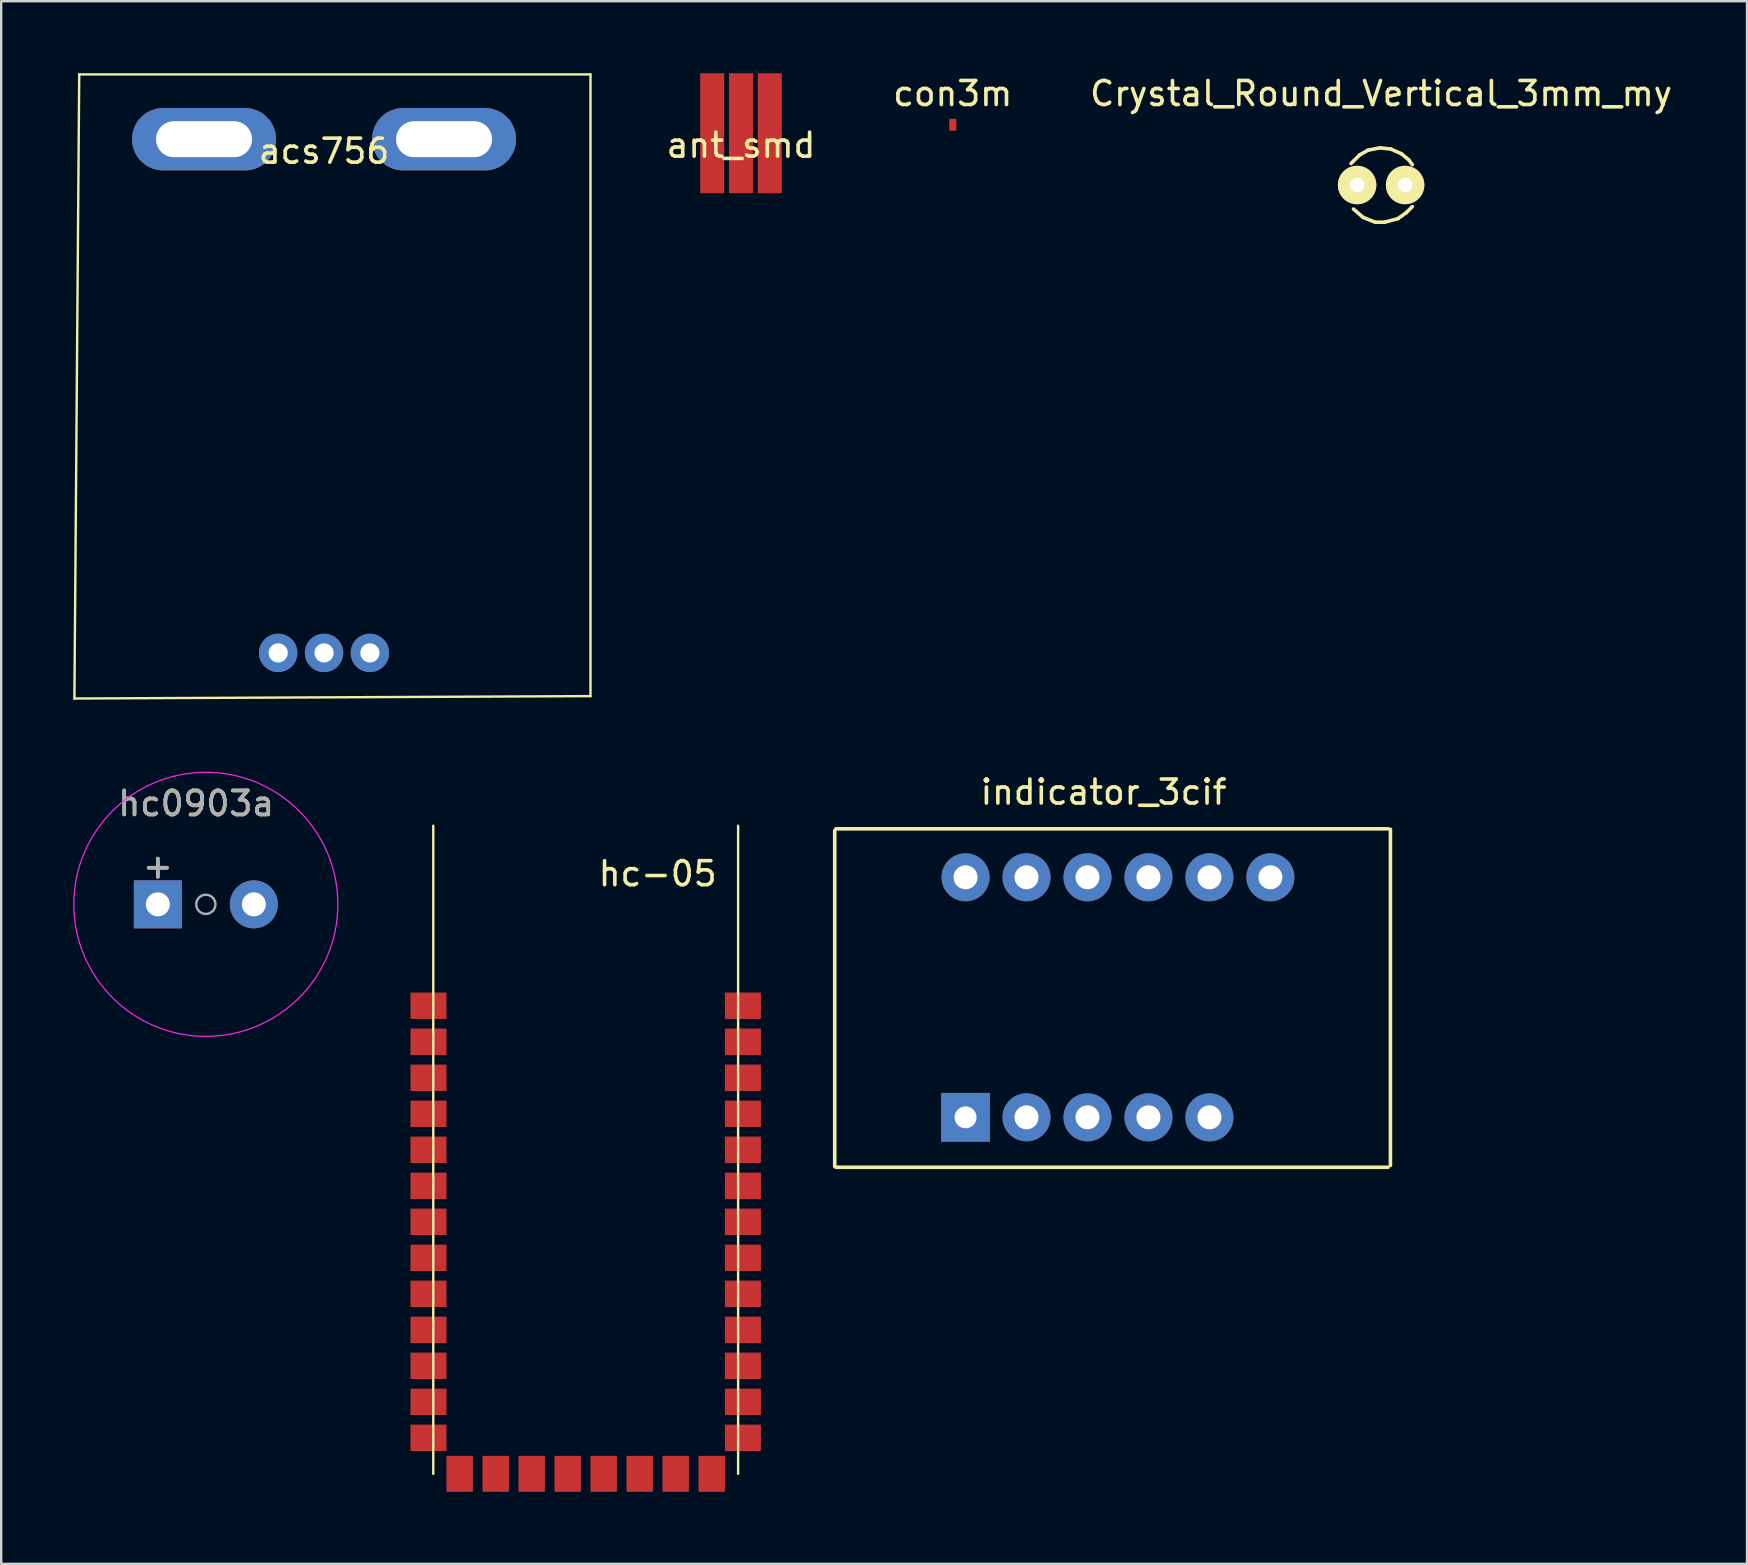
<source format=kicad_pcb>
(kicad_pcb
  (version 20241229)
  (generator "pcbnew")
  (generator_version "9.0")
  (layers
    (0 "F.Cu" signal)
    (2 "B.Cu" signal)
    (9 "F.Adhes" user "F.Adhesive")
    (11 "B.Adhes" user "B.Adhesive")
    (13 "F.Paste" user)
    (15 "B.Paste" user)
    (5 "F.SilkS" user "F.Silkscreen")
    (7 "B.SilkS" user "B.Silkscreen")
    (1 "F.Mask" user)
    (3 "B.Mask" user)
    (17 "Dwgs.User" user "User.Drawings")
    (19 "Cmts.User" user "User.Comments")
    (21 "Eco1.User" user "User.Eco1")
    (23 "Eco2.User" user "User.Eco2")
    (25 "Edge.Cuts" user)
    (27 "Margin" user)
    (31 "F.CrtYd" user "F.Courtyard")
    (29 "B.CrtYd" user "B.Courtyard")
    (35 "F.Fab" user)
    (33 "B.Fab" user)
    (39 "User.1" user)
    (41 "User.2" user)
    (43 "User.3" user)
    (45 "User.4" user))
  (footprint "indicator_3cif"
    (layer "F.Cu")
    (at 37.175 43.498)
    (property "Reference" "indicator_3cif" (at 5.75 -13.55 0) (layer "F.SilkS") (effects (font (size 1 1) (thickness 0.15))))
    (attr through_hole)
    (fp_line (start -5.45 2.05) (end -5.45 -11.95) (stroke (width 0.15) (type solid)) (layer "F.SilkS"))
    (fp_line (start -5.4 -12.02) (end 17.6 -12.02) (stroke (width 0.15) (type solid)) (layer "F.SilkS"))
    (fp_line (start 17.6 2.08) (end -5.4 2.08) (stroke (width 0.15) (type solid)) (layer "F.SilkS"))
    (fp_line (start 17.7 -12) (end 17.7 2) (stroke (width 0.15) (type solid)) (layer "F.SilkS"))
    (pad "1" thru_hole rect (at 0 0) (size 2.032 2.032) (drill 0.914) (layers "*.Cu" "*.Mask"))
    (pad "2" thru_hole circle (at 2.54 0) (size 2 2) (drill 1) (layers "*.Cu" "*.Mask"))
    (pad "3" thru_hole circle (at 5.08 0) (size 2 2) (drill 1) (layers "*.Cu" "*.Mask"))
    (pad "4" thru_hole circle (at 7.62 0) (size 2 2) (drill 1) (layers "*.Cu" "*.Mask"))
    (pad "5" thru_hole circle (at 10.16 0) (size 2 2) (drill 1) (layers "*.Cu" "*.Mask"))
    (pad "7" thru_hole circle (at 12.7 -10) (size 2 2) (drill 1) (layers "*.Cu" "*.Mask"))
    (pad "8" thru_hole circle (at 10.16 -10) (size 2 2) (drill 1) (layers "*.Cu" "*.Mask"))
    (pad "9" thru_hole circle (at 7.62 -10) (size 2 2) (drill 1) (layers "*.Cu" "*.Mask"))
    (pad "10" thru_hole circle (at 5.08 -10) (size 2 2) (drill 1) (layers "*.Cu" "*.Mask"))
    (pad "11" thru_hole circle (at 2.54 -10) (size 2 2) (drill 1) (layers "*.Cu" "*.Mask"))
    (pad "12" thru_hole circle (at 0 -10) (size 2 2) (drill 1) (layers "*.Cu" "*.Mask")))
  (footprint "Crystal_Round_Vertical_3mm_my"
    (layer "F.Cu")
    (at 54.487 4.658)
    (property "Reference" "Crystal_Round_Vertical_3mm_my" (at 0 -3.81 0) (layer "F.SilkS") (effects (font (size 1 1) (thickness 0.15))))
    (attr through_hole)
    (fp_line (start -0.899 -1.25) (end -1.25 -0.899) (stroke (width 0.15) (type solid)) (layer "F.SilkS"))
    (fp_line (start -0.749 1.349) (end -1.151 1.001) (stroke (width 0.15) (type solid)) (layer "F.SilkS"))
    (fp_line (start -0.551 -1.45) (end -0.899 -1.25) (stroke (width 0.15) (type solid)) (layer "F.SilkS"))
    (fp_line (start -0.249 1.549) (end -0.749 1.349) (stroke (width 0.15) (type solid)) (layer "F.SilkS"))
    (fp_line (start -0.051 -1.549) (end -0.551 -1.45) (stroke (width 0.15) (type solid)) (layer "F.SilkS"))
    (fp_line (start 0.15 1.549) (end -0.249 1.549) (stroke (width 0.15) (type solid)) (layer "F.SilkS"))
    (fp_line (start 0.399 -1.501) (end -0.051 -1.549) (stroke (width 0.15) (type solid)) (layer "F.SilkS"))
    (fp_line (start 0.701 1.4) (end 0.15 1.549) (stroke (width 0.15) (type solid)) (layer "F.SilkS"))
    (fp_line (start 0.851 -1.3) (end 0.399 -1.501) (stroke (width 0.15) (type solid)) (layer "F.SilkS"))
    (fp_line (start 1.049 1.151) (end 0.701 1.4) (stroke (width 0.15) (type solid)) (layer "F.SilkS"))
    (fp_line (start 1.151 -1.049) (end 0.851 -1.3) (stroke (width 0.15) (type solid)) (layer "F.SilkS"))
    (fp_line (start 1.3 -0.851) (end 1.151 -1.049) (stroke (width 0.15) (type solid)) (layer "F.SilkS"))
    (fp_line (start 1.3 0.899) (end 1.049 1.151) (stroke (width 0.15) (type solid)) (layer "F.SilkS"))
    (pad "1" thru_hole circle (at -1 0) (size 1.601 1.601) (drill 0.599) (layers "*.Cu" "*.Mask" "F.SilkS"))
    (pad "2" thru_hole circle (at 1 0) (size 1.601 1.601) (drill 0.599) (layers "*.Cu" "*.Mask" "F.SilkS")))
  (footprint "hc-05"
    (layer "F.Cu")
    (at 21.35 29.35)
    (property "Reference" "hc-05" (at 3 4 0) (layer "F.SilkS") (effects (font (size 1 1) (thickness 0.15))))
    (attr through_hole)
    (fp_line (start -6.35 2) (end -6.35 29) (stroke (width 0.1) (type solid)) (layer "F.SilkS"))
    (fp_line (start 6.35 2) (end 6.35 29) (stroke (width 0.1) (type solid)) (layer "F.SilkS"))
    (pad "1" smd rect (at -6.55 9.5) (size 1.5 1.1) (layers "F.Cu" "F.Mask" "F.Paste"))
    (pad "2" smd rect (at -6.55 11) (size 1.5 1.1) (layers "F.Cu" "F.Mask" "F.Paste"))
    (pad "3" smd rect (at -6.55 12.5) (size 1.5 1.1) (layers "F.Cu" "F.Mask" "F.Paste"))
    (pad "4" smd rect (at -6.55 14) (size 1.5 1.1) (layers "F.Cu" "F.Mask" "F.Paste"))
    (pad "5" smd rect (at -6.55 15.5) (size 1.5 1.1) (layers "F.Cu" "F.Mask" "F.Paste"))
    (pad "6" smd rect (at -6.55 17) (size 1.5 1.1) (layers "F.Cu" "F.Mask" "F.Paste"))
    (pad "7" smd rect (at -6.55 18.5) (size 1.5 1.1) (layers "F.Cu" "F.Mask" "F.Paste"))
    (pad "8" smd rect (at -6.55 20) (size 1.5 1.1) (layers "F.Cu" "F.Mask" "F.Paste"))
    (pad "9" smd rect (at -6.55 21.5) (size 1.5 1.1) (layers "F.Cu" "F.Mask" "F.Paste"))
    (pad "10" smd rect (at -6.55 23) (size 1.5 1.1) (layers "F.Cu" "F.Mask" "F.Paste"))
    (pad "11" smd rect (at -6.55 24.5) (size 1.5 1.1) (layers "F.Cu" "F.Mask" "F.Paste"))
    (pad "12" smd rect (at -6.55 26) (size 1.5 1.1) (layers "F.Cu" "F.Mask" "F.Paste"))
    (pad "13" smd rect (at -6.55 27.5) (size 1.5 1.1) (layers "F.Cu" "F.Mask" "F.Paste"))
    (pad "14" smd rect (at -5.25 29) (size 1.1 1.5) (layers "F.Cu" "F.Mask" "F.Paste"))
    (pad "15" smd rect (at -3.75 29) (size 1.1 1.5) (layers "F.Cu" "F.Mask" "F.Paste"))
    (pad "16" smd rect (at -2.25 29) (size 1.1 1.5) (layers "F.Cu" "F.Mask" "F.Paste"))
    (pad "17" smd rect (at -0.75 29) (size 1.1 1.5) (layers "F.Cu" "F.Mask" "F.Paste"))
    (pad "18" smd rect (at 0.75 29) (size 1.1 1.5) (layers "F.Cu" "F.Mask" "F.Paste"))
    (pad "19" smd rect (at 2.25 29) (size 1.1 1.5) (layers "F.Cu" "F.Mask" "F.Paste"))
    (pad "20" smd rect (at 3.75 29) (size 1.1 1.5) (layers "F.Cu" "F.Mask" "F.Paste"))
    (pad "21" smd rect (at 5.25 29) (size 1.1 1.5) (layers "F.Cu" "F.Mask" "F.Paste"))
    (pad "22" smd rect (at 6.55 27.5) (size 1.5 1.1) (layers "F.Cu" "F.Mask" "F.Paste"))
    (pad "23" smd rect (at 6.55 26) (size 1.5 1.1) (layers "F.Cu" "F.Mask" "F.Paste"))
    (pad "24" smd rect (at 6.55 24.5) (size 1.5 1.1) (layers "F.Cu" "F.Mask" "F.Paste"))
    (pad "25" smd rect (at 6.55 23) (size 1.5 1.1) (layers "F.Cu" "F.Mask" "F.Paste"))
    (pad "26" smd rect (at 6.55 21.5) (size 1.5 1.1) (layers "F.Cu" "F.Mask" "F.Paste"))
    (pad "27" smd rect (at 6.55 20) (size 1.5 1.1) (layers "F.Cu" "F.Mask" "F.Paste"))
    (pad "28" smd rect (at 6.55 18.5) (size 1.5 1.1) (layers "F.Cu" "F.Mask" "F.Paste"))
    (pad "29" smd rect (at 6.55 17) (size 1.5 1.1) (layers "F.Cu" "F.Mask" "F.Paste"))
    (pad "30" smd rect (at 6.55 15.5) (size 1.5 1.1) (layers "F.Cu" "F.Mask" "F.Paste"))
    (pad "31" smd rect (at 6.55 14) (size 1.5 1.1) (layers "F.Cu" "F.Mask" "F.Paste"))
    (pad "32" smd rect (at 6.55 12.5) (size 1.5 1.1) (layers "F.Cu" "F.Mask" "F.Paste"))
    (pad "33" smd rect (at 6.55 11) (size 1.5 1.1) (layers "F.Cu" "F.Mask" "F.Paste"))
    (pad "34" smd rect (at 6.55 9.5) (size 1.5 1.1) (layers "F.Cu" "F.Mask" "F.Paste")))
  (footprint "hc0903a"
    (layer "F.Cu")
    (at 3.525 34.625)
    (property "Reference" "hc0903a" (at 1.6 -4.2 0) (layer "F.SilkS") (effects (font (size 1 1) (thickness 0.15))))
    (attr through_hole)
    (fp_circle (center 2 0) (end 7.5 0) (stroke (width 0.05) (type solid)) (fill no) (layer "F.CrtYd"))
    (fp_circle (center 2 0) (end 2.4 0) (stroke (width 0.1) (type solid)) (fill no) (layer "F.Fab"))
    (fp_text user "+" (at 0 -1.6 0) (layer "F.SilkS") (effects (font (size 1 1) (thickness 0.15))))
    (fp_text user "${REFERENCE}" (at 1.6 -4.2 0) (layer "F.Fab") (effects (font (size 1 1) (thickness 0.15))))
    (fp_text user "+" (at 0 -1.6 0) (layer "F.Fab") (effects (font (size 1 1) (thickness 0.15))))
    (pad "1" thru_hole rect (at 0 0) (size 2 2) (drill 1) (layers "*.Cu" "*.Mask"))
    (pad "2" thru_hole circle (at 4 0) (size 2 2) (drill 1) (layers "*.Cu" "*.Mask")))
  (footprint "ant_smd"
    (layer "F.Cu")
    (at 27.82 2.5)
    (property "Reference" "ant_smd" (at 0 0.5 0) (layer "F.SilkS") (effects (font (size 1 1) (thickness 0.15))))
    (attr through_hole)
    (pad "1" smd rect (at 0 0) (size 1 5) (layers "F.Cu" "F.Mask" "F.Paste"))
    (pad "2" smd rect (at -1.2 0) (size 1 5) (layers "F.Cu" "F.Mask" "F.Paste"))
    (pad "2" smd rect (at 1.2 0) (size 1 5) (layers "F.Cu" "F.Mask" "F.Paste")))
  (footprint "acs756"
    (layer "F.Cu")
    (at 10.45 2.75)
    (property "Reference" "acs756" (at 0 0.5 0) (layer "F.SilkS") (effects (font (size 1 1) (thickness 0.15))))
    (attr through_hole)
    (fp_line (start -10.4 23.3) (end -10.2 -2.7) (stroke (width 0.1) (type solid)) (layer "F.SilkS"))
    (fp_line (start -10.2 -2.7) (end 11.1 -2.7) (stroke (width 0.1) (type solid)) (layer "F.SilkS"))
    (fp_line (start 11.1 -2.7) (end 11.1 23.2) (stroke (width 0.1) (type solid)) (layer "F.SilkS"))
    (fp_line (start 11.1 23.2) (end -10.4 23.3) (stroke (width 0.1) (type solid)) (layer "F.SilkS"))
    (pad "1" thru_hole circle (at -1.91 21.4) (size 1.6 1.6) (drill 0.8) (layers "*.Cu" "*.Mask"))
    (pad "2" thru_hole circle (at 0 21.4) (size 1.6 1.6) (drill 0.8) (layers "*.Cu" "*.Mask"))
    (pad "3" thru_hole circle (at 1.91 21.4) (size 1.6 1.6) (drill 0.8) (layers "*.Cu" "*.Mask"))
    (pad "4" thru_hole oval (at 5 0) (size 6 2.6) (drill oval 4 1.5) (layers "*.Cu" "*.Mask"))
    (pad "5" thru_hole oval (at -5 0) (size 6 2.6) (drill oval 4 1.5) (layers "*.Cu" "*.Mask")))
  (footprint "con3m"
    (layer "F.Cu")
    (at 36.642 0.348)
    (property "Reference" "con3m" (at 0 0.5 0) (layer "F.SilkS") (effects (font (size 1 1) (thickness 0.15))))
    (attr through_hole)
    (pad "1" smd rect (at 0 1.8) (size 0.3 0.5) (layers "F.Cu" "F.Mask" "F.Paste")))
  (gr_rect
    (start -3 -3)
    (end 69.731 62.1)
    (stroke (width 0.1) (type default))
    (fill no)
    (layer "Edge.Cuts")))
</source>
